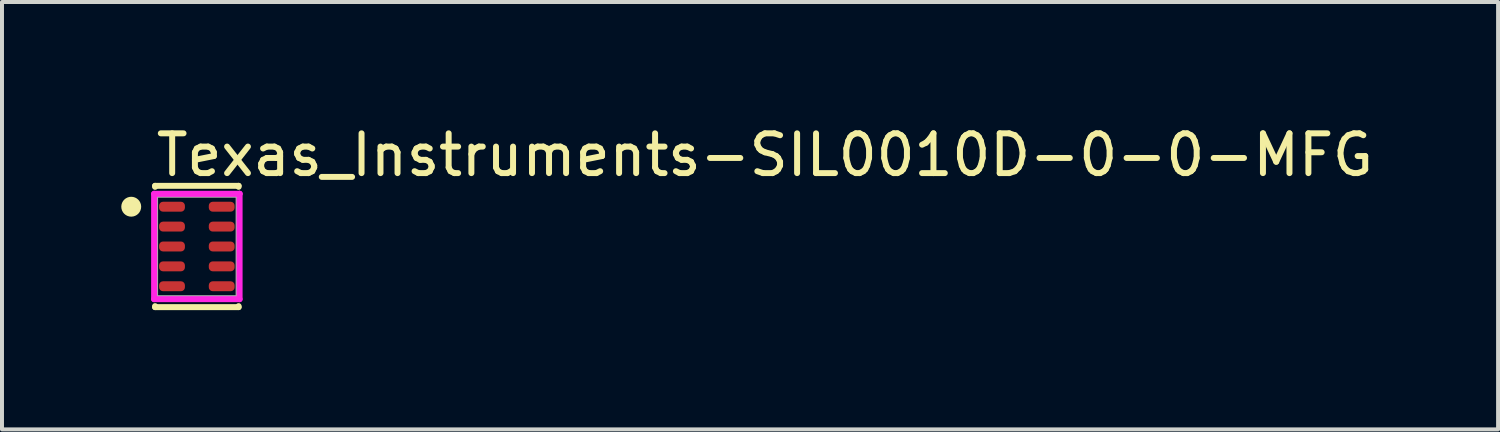
<source format=kicad_pcb>
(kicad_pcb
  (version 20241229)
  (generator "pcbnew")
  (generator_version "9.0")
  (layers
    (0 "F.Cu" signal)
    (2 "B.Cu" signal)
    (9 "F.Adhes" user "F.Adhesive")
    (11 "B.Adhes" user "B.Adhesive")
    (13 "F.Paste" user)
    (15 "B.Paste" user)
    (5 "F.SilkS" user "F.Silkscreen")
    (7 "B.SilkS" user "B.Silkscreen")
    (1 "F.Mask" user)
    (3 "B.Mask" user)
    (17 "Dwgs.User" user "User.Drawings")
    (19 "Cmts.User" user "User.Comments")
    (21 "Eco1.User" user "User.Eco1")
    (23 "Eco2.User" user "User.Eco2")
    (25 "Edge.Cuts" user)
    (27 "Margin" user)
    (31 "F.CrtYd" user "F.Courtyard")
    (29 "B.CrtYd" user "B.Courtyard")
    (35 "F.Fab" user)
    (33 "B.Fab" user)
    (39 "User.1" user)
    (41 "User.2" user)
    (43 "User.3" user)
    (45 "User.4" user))
  (footprint "Texas_Instruments-SIL0010D-0-0-MFG"
    (layer "F.Cu")
    (at 1.9 3.148)
    (property "Reference" "Texas_Instruments-SIL0010D-0-0-MFG" (at -1.1 -2.3 0) (layer "F.SilkS") (effects (font (size 1 1) (thickness 0.15)) (justify left)))
    (attr through_hole)
    (fp_line (start -1.05 -1.525) (end 1.05 -1.525) (stroke (width 0.15) (type solid)) (layer "F.SilkS"))
    (fp_line (start -1.05 -1.5) (end -1.05 -1.525) (stroke (width 0.15) (type solid)) (layer "F.SilkS"))
    (fp_line (start -1.05 1.525) (end -1.05 1.5) (stroke (width 0.15) (type solid)) (layer "F.SilkS"))
    (fp_line (start -1.05 1.525) (end 1.05 1.525) (stroke (width 0.15) (type solid)) (layer "F.SilkS"))
    (fp_line (start 1.05 -1.5) (end 1.05 -1.525) (stroke (width 0.15) (type solid)) (layer "F.SilkS"))
    (fp_line (start 1.05 1.525) (end 1.05 1.5) (stroke (width 0.15) (type solid)) (layer "F.SilkS"))
    (fp_circle (center -1.65 -1) (end -1.525 -1) (stroke (width 0.25) (type solid)) (fill no) (layer "F.SilkS"))
    (fp_line (start -1.075 -1.325) (end -1.075 1.325) (stroke (width 0.15) (type solid)) (layer "F.CrtYd"))
    (fp_line (start -1.075 1.325) (end 1.075 1.325) (stroke (width 0.15) (type solid)) (layer "F.CrtYd"))
    (fp_line (start 1.075 -1.325) (end -1.075 -1.325) (stroke (width 0.15) (type solid)) (layer "F.CrtYd"))
    (fp_line (start 1.075 -1.325) (end 1.075 -1.325) (stroke (width 0.15) (type solid)) (layer "F.CrtYd"))
    (fp_line (start 1.075 1.325) (end 1.075 -1.325) (stroke (width 0.15) (type solid)) (layer "F.CrtYd"))
    (fp_line (start -1.05 -1.3) (end 1.05 -1.3) (stroke (width 0.15) (type solid)) (layer "F.Fab"))
    (fp_line (start -1.05 1.3) (end -1.05 -1.3) (stroke (width 0.15) (type solid)) (layer "F.Fab"))
    (fp_line (start 1.05 -1.3) (end 1.05 1.3) (stroke (width 0.15) (type solid)) (layer "F.Fab"))
    (fp_line (start 1.05 1.3) (end -1.05 1.3) (stroke (width 0.15) (type solid)) (layer "F.Fab"))
    (pad "1" smd roundrect (at -0.625 -1) (size 0.65 0.25) (layers "F.Cu" "F.Mask" "F.Paste") (roundrect_rratio 0.4))
    (pad "2" smd roundrect (at -0.625 -0.5) (size 0.65 0.25) (layers "F.Cu" "F.Mask" "F.Paste") (roundrect_rratio 0.4))
    (pad "3" smd roundrect (at -0.625 0) (size 0.65 0.25) (layers "F.Cu" "F.Mask" "F.Paste") (roundrect_rratio 0.4))
    (pad "4" smd roundrect (at -0.625 0.5) (size 0.65 0.25) (layers "F.Cu" "F.Mask" "F.Paste") (roundrect_rratio 0.4))
    (pad "5" smd roundrect (at -0.625 1) (size 0.65 0.25) (layers "F.Cu" "F.Mask" "F.Paste") (roundrect_rratio 0.4))
    (pad "6" smd roundrect (at 0.625 1) (size 0.65 0.25) (layers "F.Cu" "F.Mask" "F.Paste") (roundrect_rratio 0.4))
    (pad "7" smd roundrect (at 0.625 0.5) (size 0.65 0.25) (layers "F.Cu" "F.Mask" "F.Paste") (roundrect_rratio 0.4))
    (pad "8" smd roundrect (at 0.625 0) (size 0.65 0.25) (layers "F.Cu" "F.Mask" "F.Paste") (roundrect_rratio 0.4))
    (pad "9" smd roundrect (at 0.625 -0.5) (size 0.65 0.25) (layers "F.Cu" "F.Mask" "F.Paste") (roundrect_rratio 0.4))
    (pad "10" smd roundrect (at 0.625 -1) (size 0.65 0.25) (layers "F.Cu" "F.Mask" "F.Paste") (roundrect_rratio 0.4)))
  (gr_rect
    (start -3 -3)
    (end 34.621 7.748)
    (stroke (width 0.1) (type default))
    (fill no)
    (layer "Edge.Cuts")))
</source>
